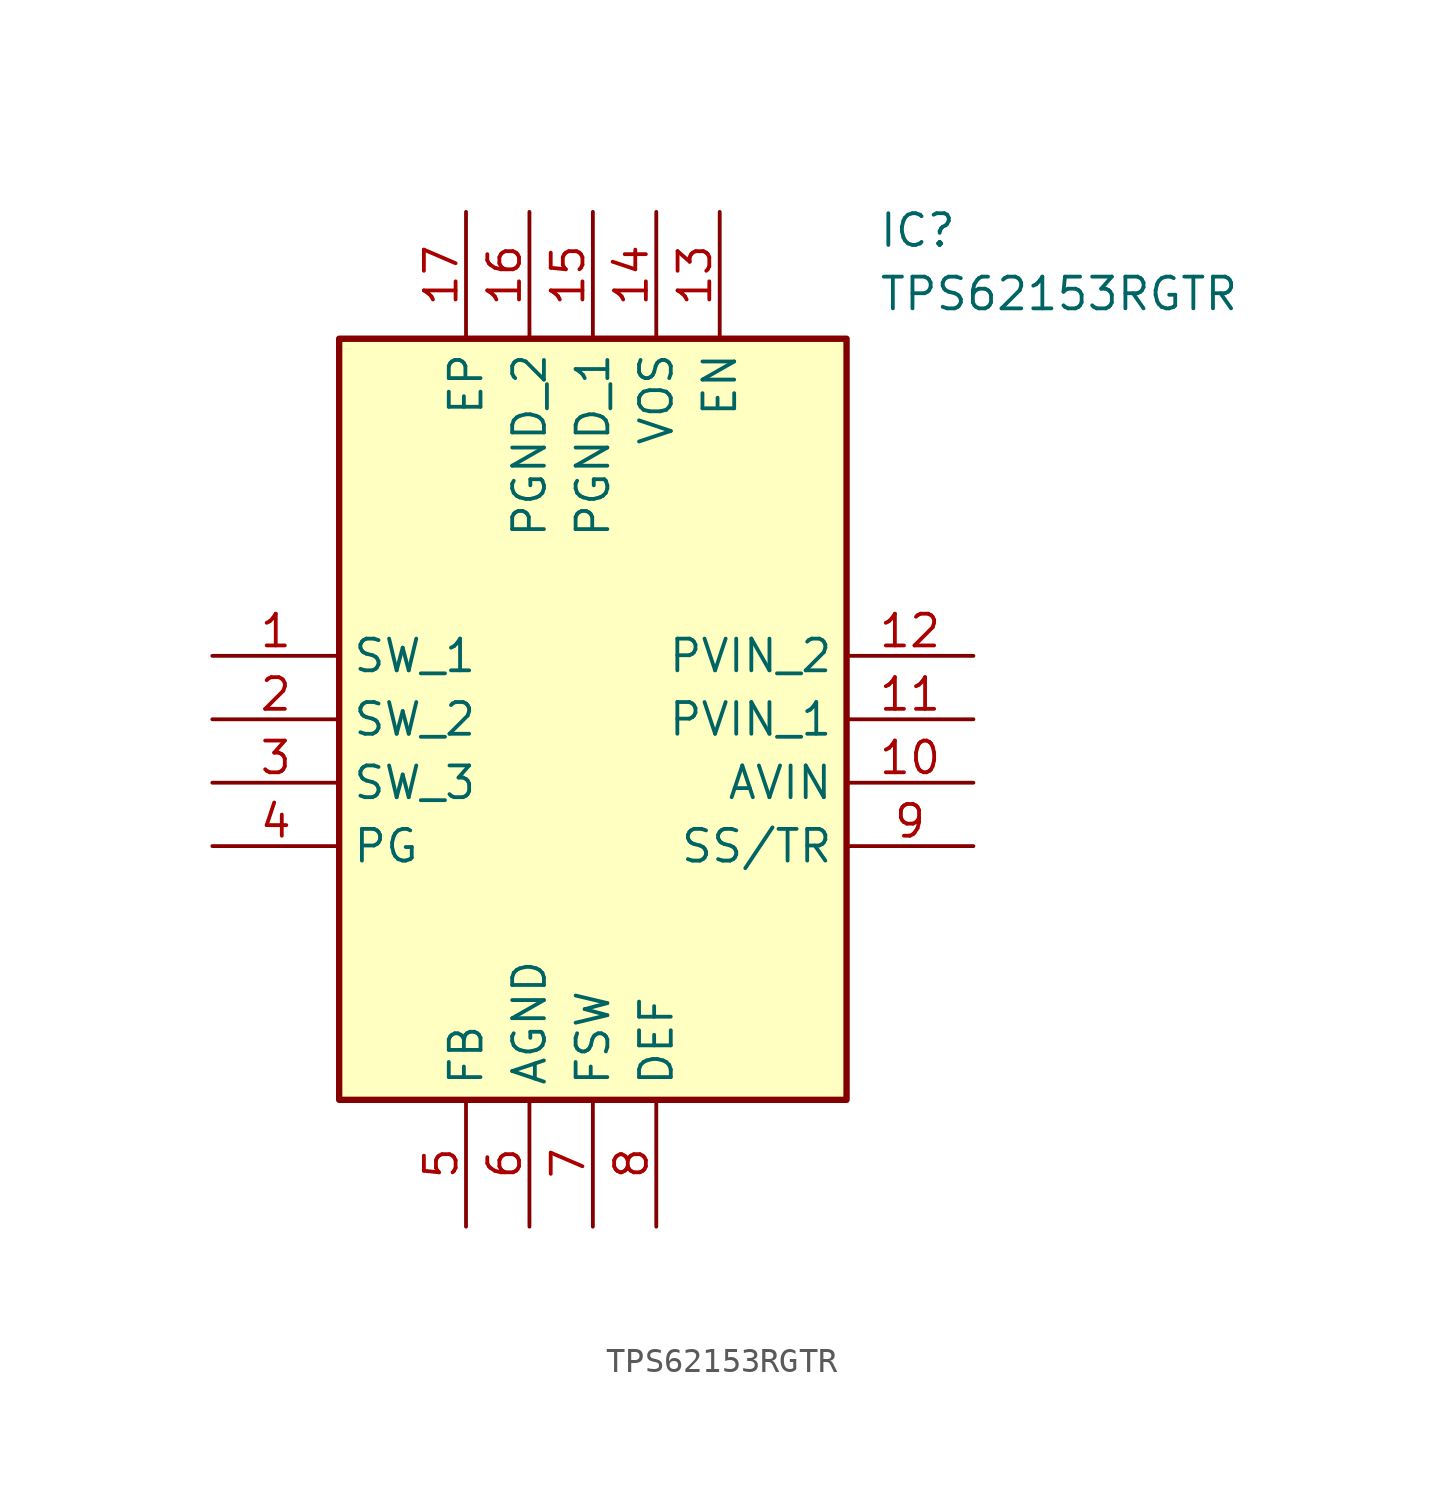
<source format=kicad_sym>
(kicad_symbol_lib
  (version 20211014)
  (generator SamacSys_ECAD_Model)
  (symbol "TPS62153RGTR"
    (property "Reference" "IC"
      (at 26.67 17.78 0)
      (effects (font (size 1.27 1.27)) (justify left top)))
    (property "Value" "TPS62153RGTR"
      (at 26.67 15.24 0)
      (effects (font (size 1.27 1.27)) (justify left top)))
    (rectangle
      (start 5.08 12.7)
      (end 25.4 -17.78)
      (stroke (width 0.254) (type default))
      (fill (type background)))
    (pin passive line
      (at 0 0 0)
      (length 5.08)
      (name "SW_1" (effects (font (size 1.27 1.27))))
      (number "1" (effects (font (size 1.27 1.27)))))
    (pin passive line
      (at 0 -2.54 0)
      (length 5.08)
      (name "SW_2" (effects (font (size 1.27 1.27))))
      (number "2" (effects (font (size 1.27 1.27)))))
    (pin passive line
      (at 0 -5.08 0)
      (length 5.08)
      (name "SW_3" (effects (font (size 1.27 1.27))))
      (number "3" (effects (font (size 1.27 1.27)))))
    (pin passive line
      (at 0 -7.62 0)
      (length 5.08)
      (name "PG" (effects (font (size 1.27 1.27))))
      (number "4" (effects (font (size 1.27 1.27)))))
    (pin passive line
      (at 10.16 -22.86 90)
      (length 5.08)
      (name "FB" (effects (font (size 1.27 1.27))))
      (number "5" (effects (font (size 1.27 1.27)))))
    (pin passive line
      (at 12.7 -22.86 90)
      (length 5.08)
      (name "AGND" (effects (font (size 1.27 1.27))))
      (number "6" (effects (font (size 1.27 1.27)))))
    (pin passive line
      (at 15.24 -22.86 90)
      (length 5.08)
      (name "FSW" (effects (font (size 1.27 1.27))))
      (number "7" (effects (font (size 1.27 1.27)))))
    (pin passive line
      (at 17.78 -22.86 90)
      (length 5.08)
      (name "DEF" (effects (font (size 1.27 1.27))))
      (number "8" (effects (font (size 1.27 1.27)))))
    (pin passive line
      (at 30.48 0 180)
      (length 5.08)
      (name "PVIN_2" (effects (font (size 1.27 1.27))))
      (number "12" (effects (font (size 1.27 1.27)))))
    (pin passive line
      (at 30.48 -2.54 180)
      (length 5.08)
      (name "PVIN_1" (effects (font (size 1.27 1.27))))
      (number "11" (effects (font (size 1.27 1.27)))))
    (pin passive line
      (at 30.48 -5.08 180)
      (length 5.08)
      (name "AVIN" (effects (font (size 1.27 1.27))))
      (number "10" (effects (font (size 1.27 1.27)))))
    (pin passive line
      (at 30.48 -7.62 180)
      (length 5.08)
      (name "SS/TR" (effects (font (size 1.27 1.27))))
      (number "9" (effects (font (size 1.27 1.27)))))
    (pin passive line
      (at 10.16 17.78 270)
      (length 5.08)
      (name "EP" (effects (font (size 1.27 1.27))))
      (number "17" (effects (font (size 1.27 1.27)))))
    (pin passive line
      (at 12.7 17.78 270)
      (length 5.08)
      (name "PGND_2" (effects (font (size 1.27 1.27))))
      (number "16" (effects (font (size 1.27 1.27)))))
    (pin passive line
      (at 15.24 17.78 270)
      (length 5.08)
      (name "PGND_1" (effects (font (size 1.27 1.27))))
      (number "15" (effects (font (size 1.27 1.27)))))
    (pin passive line
      (at 17.78 17.78 270)
      (length 5.08)
      (name "VOS" (effects (font (size 1.27 1.27))))
      (number "14" (effects (font (size 1.27 1.27)))))
    (pin passive line
      (at 20.32 17.78 270)
      (length 5.08)
      (name "EN" (effects (font (size 1.27 1.27))))
      (number "13" (effects (font (size 1.27 1.27)))))))
</source>
